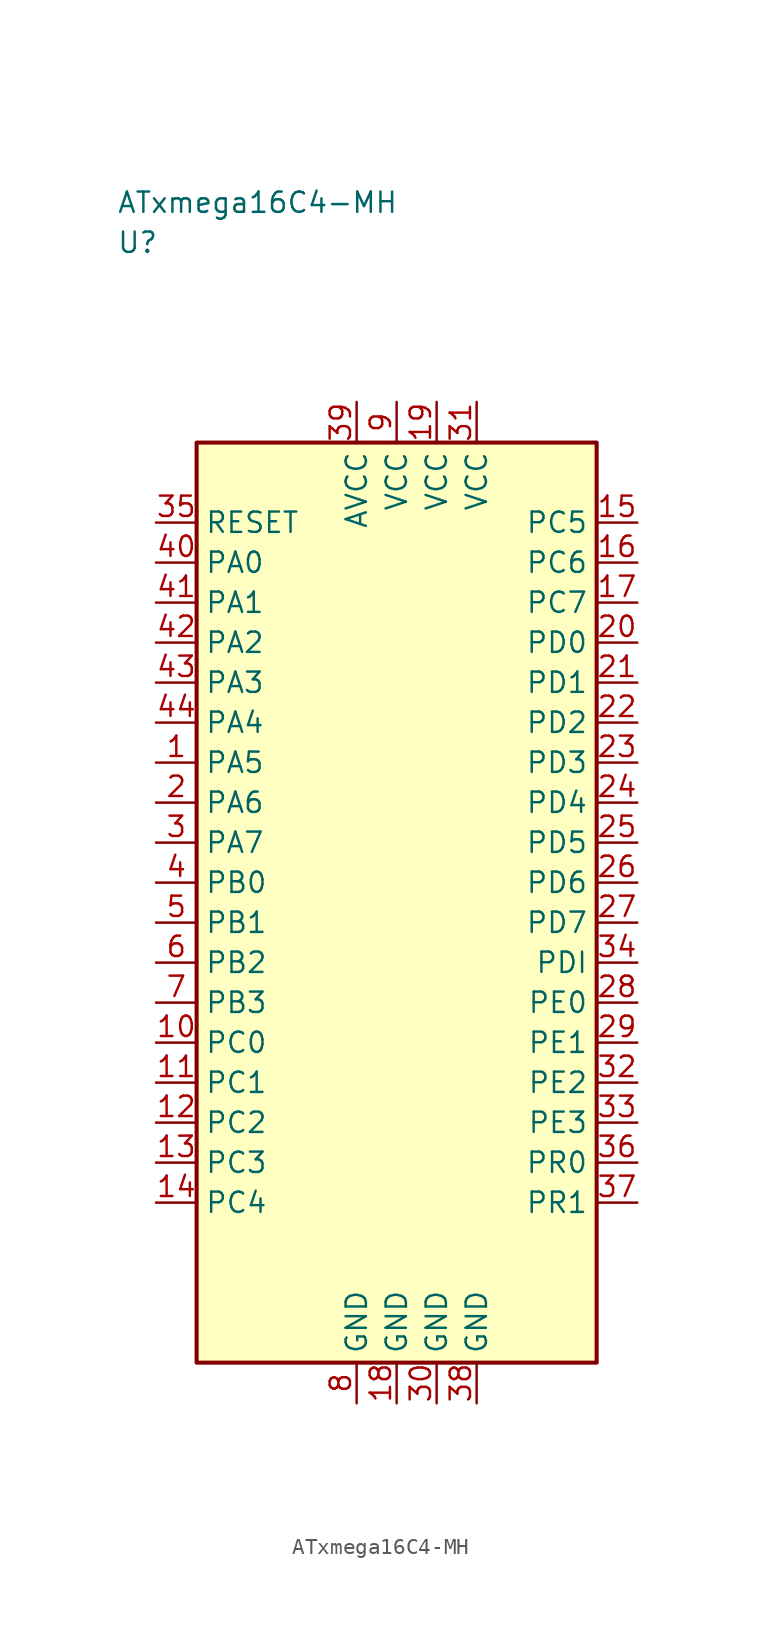
<source format=kicad_sym>
(kicad_symbol_lib
  (version 20241025)
  (generator "kicad_symbol_editor")
  (generator_version "8.0")
  (symbol "ATxmega16C4-MH"
    (property "Reference" "U"
      (at -17.5 41.25 0)
      (effects (font (size 1.27 1.27)) (justify left)))
    (property "Value" "ATxmega16C4-MH"
      (at -17.5 43.75 0)
      (effects (font (size 1.27 1.27)) (justify left)))
    (symbol "ATxmega16C4-MH_0_1"
      (rectangle (start -12.5 28.75) (end 12.5 -28.75) (stroke (width 0.254) (type default)) (fill (type background))))
    (symbol "ATxmega16C4-MH_1_1"
      (pin bidirectional line (at -15.04 8.75 0.0) (length 2.54) (name "PA5" (effects (font (size 1.27 1.27)))) (number "1" (effects (font (size 1.27 1.27)))))
      (pin bidirectional line (at -15.04 6.25 0.0) (length 2.54) (name "PA6" (effects (font (size 1.27 1.27)))) (number "2" (effects (font (size 1.27 1.27)))))
      (pin bidirectional line (at -15.04 3.75 0.0) (length 2.54) (name "PA7" (effects (font (size 1.27 1.27)))) (number "3" (effects (font (size 1.27 1.27)))))
      (pin bidirectional line (at -15.04 1.25 0.0) (length 2.54) (name "PB0" (effects (font (size 1.27 1.27)))) (number "4" (effects (font (size 1.27 1.27)))))
      (pin bidirectional line (at -15.04 -1.25 0.0) (length 2.54) (name "PB1" (effects (font (size 1.27 1.27)))) (number "5" (effects (font (size 1.27 1.27)))))
      (pin bidirectional line (at -15.04 -3.75 0.0) (length 2.54) (name "PB2" (effects (font (size 1.27 1.27)))) (number "6" (effects (font (size 1.27 1.27)))))
      (pin bidirectional line (at -15.04 -6.25 0.0) (length 2.54) (name "PB3" (effects (font (size 1.27 1.27)))) (number "7" (effects (font (size 1.27 1.27)))))
      (pin passive line (at -2.5 -31.29 90.0) (length 2.54) (name "GND" (effects (font (size 1.27 1.27)))) (number "8" (effects (font (size 1.27 1.27)))))
      (pin power_in line (at 0.0 31.29 270.0) (length 2.54) (name "VCC" (effects (font (size 1.27 1.27)))) (number "9" (effects (font (size 1.27 1.27)))))
      (pin bidirectional line (at -15.04 -8.75 0.0) (length 2.54) (name "PC0" (effects (font (size 1.27 1.27)))) (number "10" (effects (font (size 1.27 1.27)))))
      (pin bidirectional line (at -15.04 -11.25 0.0) (length 2.54) (name "PC1" (effects (font (size 1.27 1.27)))) (number "11" (effects (font (size 1.27 1.27)))))
      (pin bidirectional line (at -15.04 -13.75 0.0) (length 2.54) (name "PC2" (effects (font (size 1.27 1.27)))) (number "12" (effects (font (size 1.27 1.27)))))
      (pin bidirectional line (at -15.04 -16.25 0.0) (length 2.54) (name "PC3" (effects (font (size 1.27 1.27)))) (number "13" (effects (font (size 1.27 1.27)))))
      (pin bidirectional line (at -15.04 -18.75 0.0) (length 2.54) (name "PC4" (effects (font (size 1.27 1.27)))) (number "14" (effects (font (size 1.27 1.27)))))
      (pin bidirectional line (at 15.04 23.75 180.0) (length 2.54) (name "PC5" (effects (font (size 1.27 1.27)))) (number "15" (effects (font (size 1.27 1.27)))))
      (pin bidirectional line (at 15.04 21.25 180.0) (length 2.54) (name "PC6" (effects (font (size 1.27 1.27)))) (number "16" (effects (font (size 1.27 1.27)))))
      (pin bidirectional line (at 15.04 18.75 180.0) (length 2.54) (name "PC7" (effects (font (size 1.27 1.27)))) (number "17" (effects (font (size 1.27 1.27)))))
      (pin passive line (at 0.0 -31.29 90.0) (length 2.54) (name "GND" (effects (font (size 1.27 1.27)))) (number "18" (effects (font (size 1.27 1.27)))))
      (pin power_in line (at 2.5 31.29 270.0) (length 2.54) (name "VCC" (effects (font (size 1.27 1.27)))) (number "19" (effects (font (size 1.27 1.27)))))
      (pin bidirectional line (at 15.04 16.25 180.0) (length 2.54) (name "PD0" (effects (font (size 1.27 1.27)))) (number "20" (effects (font (size 1.27 1.27)))))
      (pin bidirectional line (at 15.04 13.75 180.0) (length 2.54) (name "PD1" (effects (font (size 1.27 1.27)))) (number "21" (effects (font (size 1.27 1.27)))))
      (pin bidirectional line (at 15.04 11.25 180.0) (length 2.54) (name "PD2" (effects (font (size 1.27 1.27)))) (number "22" (effects (font (size 1.27 1.27)))))
      (pin bidirectional line (at 15.04 8.75 180.0) (length 2.54) (name "PD3" (effects (font (size 1.27 1.27)))) (number "23" (effects (font (size 1.27 1.27)))))
      (pin bidirectional line (at 15.04 6.25 180.0) (length 2.54) (name "PD4" (effects (font (size 1.27 1.27)))) (number "24" (effects (font (size 1.27 1.27)))))
      (pin bidirectional line (at 15.04 3.75 180.0) (length 2.54) (name "PD5" (effects (font (size 1.27 1.27)))) (number "25" (effects (font (size 1.27 1.27)))))
      (pin bidirectional line (at 15.04 1.25 180.0) (length 2.54) (name "PD6" (effects (font (size 1.27 1.27)))) (number "26" (effects (font (size 1.27 1.27)))))
      (pin bidirectional line (at 15.04 -1.25 180.0) (length 2.54) (name "PD7" (effects (font (size 1.27 1.27)))) (number "27" (effects (font (size 1.27 1.27)))))
      (pin bidirectional line (at 15.04 -6.25 180.0) (length 2.54) (name "PE0" (effects (font (size 1.27 1.27)))) (number "28" (effects (font (size 1.27 1.27)))))
      (pin bidirectional line (at 15.04 -8.75 180.0) (length 2.54) (name "PE1" (effects (font (size 1.27 1.27)))) (number "29" (effects (font (size 1.27 1.27)))))
      (pin passive line (at 2.5 -31.29 90.0) (length 2.54) (name "GND" (effects (font (size 1.27 1.27)))) (number "30" (effects (font (size 1.27 1.27)))))
      (pin power_in line (at 5.0 31.29 270.0) (length 2.54) (name "VCC" (effects (font (size 1.27 1.27)))) (number "31" (effects (font (size 1.27 1.27)))))
      (pin bidirectional line (at 15.04 -11.25 180.0) (length 2.54) (name "PE2" (effects (font (size 1.27 1.27)))) (number "32" (effects (font (size 1.27 1.27)))))
      (pin bidirectional line (at 15.04 -13.75 180.0) (length 2.54) (name "PE3" (effects (font (size 1.27 1.27)))) (number "33" (effects (font (size 1.27 1.27)))))
      (pin bidirectional line (at 15.04 -3.75 180.0) (length 2.54) (name "PDI" (effects (font (size 1.27 1.27)))) (number "34" (effects (font (size 1.27 1.27)))))
      (pin input line (at -15.04 23.75 0.0) (length 2.54) (name "RESET" (effects (font (size 1.27 1.27)))) (number "35" (effects (font (size 1.27 1.27)))))
      (pin bidirectional line (at 15.04 -16.25 180.0) (length 2.54) (name "PR0" (effects (font (size 1.27 1.27)))) (number "36" (effects (font (size 1.27 1.27)))))
      (pin bidirectional line (at 15.04 -18.75 180.0) (length 2.54) (name "PR1" (effects (font (size 1.27 1.27)))) (number "37" (effects (font (size 1.27 1.27)))))
      (pin passive line (at 5.0 -31.29 90.0) (length 2.54) (name "GND" (effects (font (size 1.27 1.27)))) (number "38" (effects (font (size 1.27 1.27)))))
      (pin power_in line (at -2.5 31.29 270.0) (length 2.54) (name "AVCC" (effects (font (size 1.27 1.27)))) (number "39" (effects (font (size 1.27 1.27)))))
      (pin bidirectional line (at -15.04 21.25 0.0) (length 2.54) (name "PA0" (effects (font (size 1.27 1.27)))) (number "40" (effects (font (size 1.27 1.27)))))
      (pin bidirectional line (at -15.04 18.75 0.0) (length 2.54) (name "PA1" (effects (font (size 1.27 1.27)))) (number "41" (effects (font (size 1.27 1.27)))))
      (pin bidirectional line (at -15.04 16.25 0.0) (length 2.54) (name "PA2" (effects (font (size 1.27 1.27)))) (number "42" (effects (font (size 1.27 1.27)))))
      (pin bidirectional line (at -15.04 13.75 0.0) (length 2.54) (name "PA3" (effects (font (size 1.27 1.27)))) (number "43" (effects (font (size 1.27 1.27)))))
      (pin bidirectional line (at -15.04 11.25 0.0) (length 2.54) (name "PA4" (effects (font (size 1.27 1.27)))) (number "44" (effects (font (size 1.27 1.27))))))))
</source>
